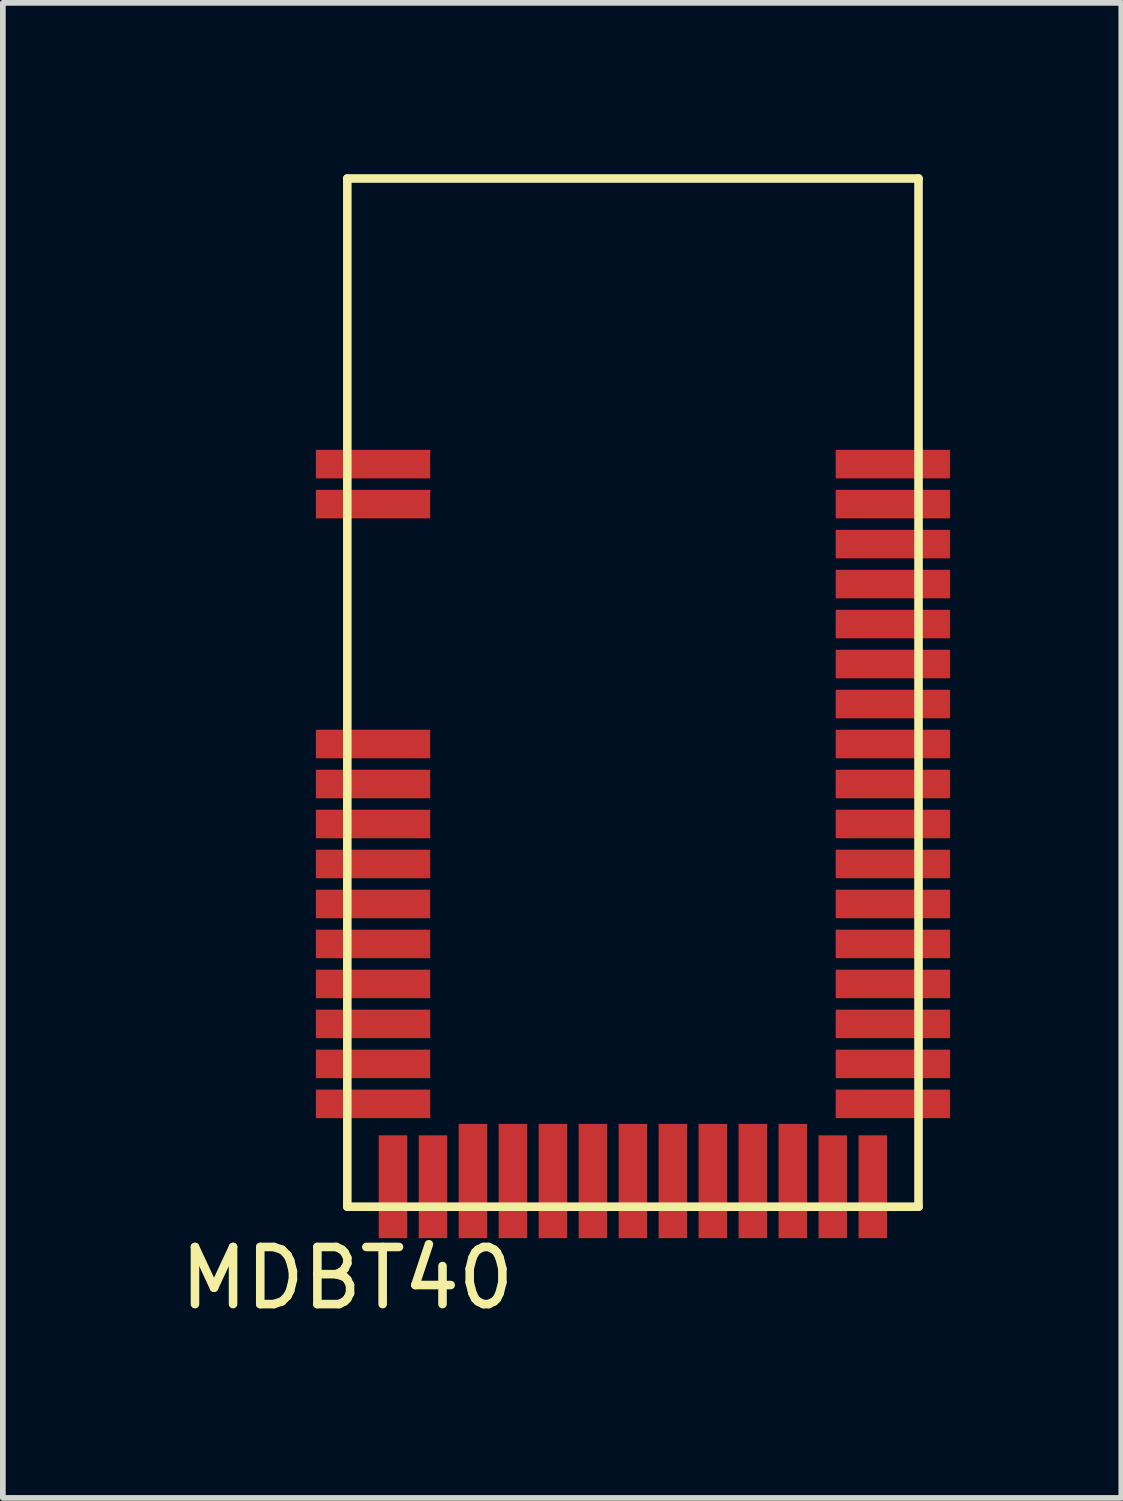
<source format=kicad_pcb>
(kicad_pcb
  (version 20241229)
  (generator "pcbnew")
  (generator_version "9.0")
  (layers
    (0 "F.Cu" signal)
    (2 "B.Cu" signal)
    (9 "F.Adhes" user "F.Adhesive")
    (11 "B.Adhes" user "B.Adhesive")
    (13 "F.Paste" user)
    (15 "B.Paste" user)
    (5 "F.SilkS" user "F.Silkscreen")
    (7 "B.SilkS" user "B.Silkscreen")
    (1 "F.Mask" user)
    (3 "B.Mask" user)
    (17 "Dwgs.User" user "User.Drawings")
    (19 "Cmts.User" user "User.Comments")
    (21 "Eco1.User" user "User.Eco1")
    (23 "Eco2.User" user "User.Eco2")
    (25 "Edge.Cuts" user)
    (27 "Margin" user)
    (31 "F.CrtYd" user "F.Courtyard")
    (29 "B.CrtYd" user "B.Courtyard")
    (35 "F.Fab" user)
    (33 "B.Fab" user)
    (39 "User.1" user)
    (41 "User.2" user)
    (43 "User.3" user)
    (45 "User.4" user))
  (footprint "MDBT40"
    (layer "F.Cu")
    (at 8.03 9.075)
    (property "Reference" "MDBT40" (at -5 10.25 0) (layer "F.SilkS") (effects (font (size 1 1) (thickness 0.15))))
    (attr smd)
    (fp_line (start -5 -9) (end -5 9) (stroke (width 0.15) (type solid)) (layer "F.SilkS"))
    (fp_line (start -5 9) (end 5 9) (stroke (width 0.15) (type solid)) (layer "F.SilkS"))
    (fp_line (start 5 -9) (end -5 -9) (stroke (width 0.15) (type solid)) (layer "F.SilkS"))
    (fp_line (start 5 9) (end 5 -9) (stroke (width 0.15) (type solid)) (layer "F.SilkS"))
    (pad "1" smd rect (at -5.15 -4) (size 2 0.5) (drill (offset 0.6 0)) (layers "F.Cu" "F.Mask" "F.Paste"))
    (pad "2" smd rect (at -5.15 -3.3) (size 2 0.5) (drill (offset 0.6 0)) (layers "F.Cu" "F.Mask" "F.Paste"))
    (pad "3" smd rect (at -5.15 0.9) (size 2 0.5) (drill (offset 0.6 0)) (layers "F.Cu" "F.Mask" "F.Paste"))
    (pad "4" smd rect (at -5.15 1.6) (size 2 0.5) (drill (offset 0.6 0)) (layers "F.Cu" "F.Mask" "F.Paste"))
    (pad "5" smd rect (at -5.15 2.3) (size 2 0.5) (drill (offset 0.6 0)) (layers "F.Cu" "F.Mask" "F.Paste"))
    (pad "6" smd rect (at -5.15 3) (size 2 0.5) (drill (offset 0.6 0)) (layers "F.Cu" "F.Mask" "F.Paste"))
    (pad "7" smd rect (at -5.15 3.7) (size 2 0.5) (drill (offset 0.6 0)) (layers "F.Cu" "F.Mask" "F.Paste"))
    (pad "8" smd rect (at -5.15 4.4) (size 2 0.5) (drill (offset 0.6 0)) (layers "F.Cu" "F.Mask" "F.Paste"))
    (pad "9" smd rect (at -5.15 5.1) (size 2 0.5) (drill (offset 0.6 0)) (layers "F.Cu" "F.Mask" "F.Paste"))
    (pad "10" smd rect (at -5.15 5.8) (size 2 0.5) (drill (offset 0.6 0)) (layers "F.Cu" "F.Mask" "F.Paste"))
    (pad "11" smd rect (at -5.15 6.5) (size 2 0.5) (drill (offset 0.6 0)) (layers "F.Cu" "F.Mask" "F.Paste"))
    (pad "12" smd rect (at -5.15 7.2) (size 2 0.5) (drill (offset 0.6 0)) (layers "F.Cu" "F.Mask" "F.Paste"))
    (pad "13" smd rect (at -4.2 9.15 90) (size 1.8 0.5) (drill (offset 0.5 0)) (layers "F.Cu" "F.Mask" "F.Paste"))
    (pad "14" smd rect (at -3.5 9.15 90) (size 1.8 0.5) (drill (offset 0.5 0)) (layers "F.Cu" "F.Mask" "F.Paste"))
    (pad "15" smd rect (at -2.8 9.15 90) (size 2 0.5) (drill (offset 0.6 0)) (layers "F.Cu" "F.Mask" "F.Paste"))
    (pad "16" smd rect (at -2.1 9.15 90) (size 2 0.5) (drill (offset 0.6 0)) (layers "F.Cu" "F.Mask" "F.Paste"))
    (pad "17" smd rect (at -1.4 9.15 90) (size 2 0.5) (drill (offset 0.6 0)) (layers "F.Cu" "F.Mask" "F.Paste"))
    (pad "18" smd rect (at -0.7 9.15 90) (size 2 0.5) (drill (offset 0.6 0)) (layers "F.Cu" "F.Mask" "F.Paste"))
    (pad "19" smd rect (at 0 9.15 90) (size 2 0.5) (drill (offset 0.6 0)) (layers "F.Cu" "F.Mask" "F.Paste"))
    (pad "20" smd rect (at 0.7 9.15 90) (size 2 0.5) (drill (offset 0.6 0)) (layers "F.Cu" "F.Mask" "F.Paste"))
    (pad "21" smd rect (at 1.4 9.15 90) (size 2 0.5) (drill (offset 0.6 0)) (layers "F.Cu" "F.Mask" "F.Paste"))
    (pad "22" smd rect (at 2.1 9.15 90) (size 2 0.5) (drill (offset 0.6 0)) (layers "F.Cu" "F.Mask" "F.Paste"))
    (pad "23" smd rect (at 2.8 9.15 90) (size 2 0.5) (drill (offset 0.6 0)) (layers "F.Cu" "F.Mask" "F.Paste"))
    (pad "24" smd rect (at 3.5 9.15 90) (size 1.8 0.5) (drill (offset 0.5 0)) (layers "F.Cu" "F.Mask" "F.Paste"))
    (pad "25" smd rect (at 4.2 9.15 90) (size 1.8 0.5) (drill (offset 0.5 0)) (layers "F.Cu" "F.Mask" "F.Paste"))
    (pad "26" smd rect (at 5.15 7.2 180) (size 2 0.5) (drill (offset 0.6 0)) (layers "F.Cu" "F.Mask" "F.Paste"))
    (pad "27" smd rect (at 5.15 6.5 180) (size 2 0.5) (drill (offset 0.6 0)) (layers "F.Cu" "F.Mask" "F.Paste"))
    (pad "28" smd rect (at 5.15 5.8 180) (size 2 0.5) (drill (offset 0.6 0)) (layers "F.Cu" "F.Mask" "F.Paste"))
    (pad "29" smd rect (at 5.15 5.1 180) (size 2 0.5) (drill (offset 0.6 0)) (layers "F.Cu" "F.Mask" "F.Paste"))
    (pad "30" smd rect (at 5.15 4.4 180) (size 2 0.5) (drill (offset 0.6 0)) (layers "F.Cu" "F.Mask" "F.Paste"))
    (pad "31" smd rect (at 5.15 3.7 180) (size 2 0.5) (drill (offset 0.6 0)) (layers "F.Cu" "F.Mask" "F.Paste"))
    (pad "32" smd rect (at 5.15 3 180) (size 2 0.5) (drill (offset 0.6 0)) (layers "F.Cu" "F.Mask" "F.Paste"))
    (pad "33" smd rect (at 5.15 2.3 180) (size 2 0.5) (drill (offset 0.6 0)) (layers "F.Cu" "F.Mask" "F.Paste"))
    (pad "34" smd rect (at 5.15 1.6 180) (size 2 0.5) (drill (offset 0.6 0)) (layers "F.Cu" "F.Mask" "F.Paste"))
    (pad "35" smd rect (at 5.15 0.9 180) (size 2 0.5) (drill (offset 0.6 0)) (layers "F.Cu" "F.Mask" "F.Paste"))
    (pad "36" smd rect (at 5.15 0.2 180) (size 2 0.5) (drill (offset 0.6 0)) (layers "F.Cu" "F.Mask" "F.Paste"))
    (pad "37" smd rect (at 5.15 -0.5 180) (size 2 0.5) (drill (offset 0.6 0)) (layers "F.Cu" "F.Mask" "F.Paste"))
    (pad "38" smd rect (at 5.15 -1.2 180) (size 2 0.5) (drill (offset 0.6 0)) (layers "F.Cu" "F.Mask" "F.Paste"))
    (pad "39" smd rect (at 5.15 -1.9 180) (size 2 0.5) (drill (offset 0.6 0)) (layers "F.Cu" "F.Mask" "F.Paste"))
    (pad "40" smd rect (at 5.15 -2.6 180) (size 2 0.5) (drill (offset 0.6 0)) (layers "F.Cu" "F.Mask" "F.Paste"))
    (pad "41" smd rect (at 5.15 -3.3 180) (size 2 0.5) (drill (offset 0.6 0)) (layers "F.Cu" "F.Mask" "F.Paste"))
    (pad "42" smd rect (at 5.15 -4 180) (size 2 0.5) (drill (offset 0.6 0)) (layers "F.Cu" "F.Mask" "F.Paste")))
  (gr_rect
    (start -3 -3)
    (end 16.58 23.173)
    (stroke (width 0.1) (type default))
    (fill no)
    (layer "Edge.Cuts")))
</source>
